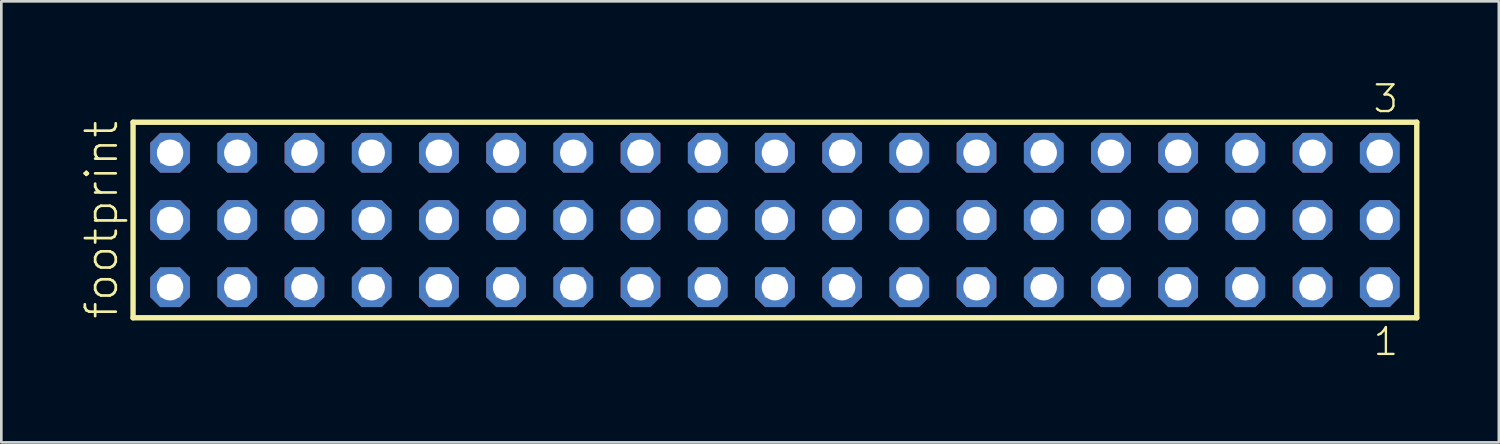
<source format=kicad_pcb>
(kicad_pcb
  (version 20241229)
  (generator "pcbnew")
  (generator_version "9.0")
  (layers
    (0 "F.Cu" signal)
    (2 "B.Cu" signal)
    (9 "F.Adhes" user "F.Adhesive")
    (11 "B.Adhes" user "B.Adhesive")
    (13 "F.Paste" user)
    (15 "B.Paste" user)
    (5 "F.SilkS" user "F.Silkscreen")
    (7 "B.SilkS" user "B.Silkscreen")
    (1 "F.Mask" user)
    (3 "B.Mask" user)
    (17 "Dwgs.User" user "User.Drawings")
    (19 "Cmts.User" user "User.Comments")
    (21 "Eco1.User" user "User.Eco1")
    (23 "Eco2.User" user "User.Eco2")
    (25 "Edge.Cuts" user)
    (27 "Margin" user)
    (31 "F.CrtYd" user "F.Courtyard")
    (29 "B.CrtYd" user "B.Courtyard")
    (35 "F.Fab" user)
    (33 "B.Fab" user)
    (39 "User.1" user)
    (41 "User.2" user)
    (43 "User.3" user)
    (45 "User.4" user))
  (footprint "footprint"
    (layer "F.Cu")
    (at 26.238 5.265)
    (property "Reference" "footprint" (at -24.765 3.81 90) (layer "F.SilkS") (effects (font (size 1.168 1.168) (thickness 0.102)) (justify left bottom)))
    (fp_line (start -24.259 -3.695) (end 24.259 -3.695) (stroke (width 0.203) (type solid)) (layer "F.SilkS"))
    (fp_line (start -24.259 3.695) (end -24.259 -3.695) (stroke (width 0.203) (type solid)) (layer "F.SilkS"))
    (fp_line (start 24.259 -3.695) (end 24.259 3.695) (stroke (width 0.203) (type solid)) (layer "F.SilkS"))
    (fp_line (start 24.259 3.695) (end -24.259 3.695) (stroke (width 0.203) (type solid)) (layer "F.SilkS"))
    (fp_poly (pts (xy -23.21 -2.19) (xy -22.51 -2.19) (xy -22.51 -2.89) (xy -23.21 -2.89)) (stroke (width 0.1) (type solid)) (fill no) (layer "F.Fab"))
    (fp_poly (pts (xy -23.21 0.35) (xy -22.51 0.35) (xy -22.51 -0.35) (xy -23.21 -0.35)) (stroke (width 0.1) (type solid)) (fill no) (layer "F.Fab"))
    (fp_poly (pts (xy -23.21 2.89) (xy -22.51 2.89) (xy -22.51 2.19) (xy -23.21 2.19)) (stroke (width 0.1) (type solid)) (fill no) (layer "F.Fab"))
    (fp_poly (pts (xy -20.67 -2.19) (xy -19.97 -2.19) (xy -19.97 -2.89) (xy -20.67 -2.89)) (stroke (width 0.1) (type solid)) (fill no) (layer "F.Fab"))
    (fp_poly (pts (xy -20.67 0.35) (xy -19.97 0.35) (xy -19.97 -0.35) (xy -20.67 -0.35)) (stroke (width 0.1) (type solid)) (fill no) (layer "F.Fab"))
    (fp_poly (pts (xy -20.67 2.89) (xy -19.97 2.89) (xy -19.97 2.19) (xy -20.67 2.19)) (stroke (width 0.1) (type solid)) (fill no) (layer "F.Fab"))
    (fp_poly (pts (xy -18.13 -2.19) (xy -17.43 -2.19) (xy -17.43 -2.89) (xy -18.13 -2.89)) (stroke (width 0.1) (type solid)) (fill no) (layer "F.Fab"))
    (fp_poly (pts (xy -18.13 0.35) (xy -17.43 0.35) (xy -17.43 -0.35) (xy -18.13 -0.35)) (stroke (width 0.1) (type solid)) (fill no) (layer "F.Fab"))
    (fp_poly (pts (xy -18.13 2.89) (xy -17.43 2.89) (xy -17.43 2.19) (xy -18.13 2.19)) (stroke (width 0.1) (type solid)) (fill no) (layer "F.Fab"))
    (fp_poly (pts (xy -15.59 -2.19) (xy -14.89 -2.19) (xy -14.89 -2.89) (xy -15.59 -2.89)) (stroke (width 0.1) (type solid)) (fill no) (layer "F.Fab"))
    (fp_poly (pts (xy -15.59 0.35) (xy -14.89 0.35) (xy -14.89 -0.35) (xy -15.59 -0.35)) (stroke (width 0.1) (type solid)) (fill no) (layer "F.Fab"))
    (fp_poly (pts (xy -15.59 2.89) (xy -14.89 2.89) (xy -14.89 2.19) (xy -15.59 2.19)) (stroke (width 0.1) (type solid)) (fill no) (layer "F.Fab"))
    (fp_poly (pts (xy -13.05 -2.19) (xy -12.35 -2.19) (xy -12.35 -2.89) (xy -13.05 -2.89)) (stroke (width 0.1) (type solid)) (fill no) (layer "F.Fab"))
    (fp_poly (pts (xy -13.05 0.35) (xy -12.35 0.35) (xy -12.35 -0.35) (xy -13.05 -0.35)) (stroke (width 0.1) (type solid)) (fill no) (layer "F.Fab"))
    (fp_poly (pts (xy -13.05 2.89) (xy -12.35 2.89) (xy -12.35 2.19) (xy -13.05 2.19)) (stroke (width 0.1) (type solid)) (fill no) (layer "F.Fab"))
    (fp_poly (pts (xy -10.51 -2.19) (xy -9.81 -2.19) (xy -9.81 -2.89) (xy -10.51 -2.89)) (stroke (width 0.1) (type solid)) (fill no) (layer "F.Fab"))
    (fp_poly (pts (xy -10.51 0.35) (xy -9.81 0.35) (xy -9.81 -0.35) (xy -10.51 -0.35)) (stroke (width 0.1) (type solid)) (fill no) (layer "F.Fab"))
    (fp_poly (pts (xy -10.51 2.89) (xy -9.81 2.89) (xy -9.81 2.19) (xy -10.51 2.19)) (stroke (width 0.1) (type solid)) (fill no) (layer "F.Fab"))
    (fp_poly (pts (xy -7.97 -2.19) (xy -7.27 -2.19) (xy -7.27 -2.89) (xy -7.97 -2.89)) (stroke (width 0.1) (type solid)) (fill no) (layer "F.Fab"))
    (fp_poly (pts (xy -7.97 0.35) (xy -7.27 0.35) (xy -7.27 -0.35) (xy -7.97 -0.35)) (stroke (width 0.1) (type solid)) (fill no) (layer "F.Fab"))
    (fp_poly (pts (xy -7.97 2.89) (xy -7.27 2.89) (xy -7.27 2.19) (xy -7.97 2.19)) (stroke (width 0.1) (type solid)) (fill no) (layer "F.Fab"))
    (fp_poly (pts (xy -5.43 -2.19) (xy -4.73 -2.19) (xy -4.73 -2.89) (xy -5.43 -2.89)) (stroke (width 0.1) (type solid)) (fill no) (layer "F.Fab"))
    (fp_poly (pts (xy -5.43 0.35) (xy -4.73 0.35) (xy -4.73 -0.35) (xy -5.43 -0.35)) (stroke (width 0.1) (type solid)) (fill no) (layer "F.Fab"))
    (fp_poly (pts (xy -5.43 2.89) (xy -4.73 2.89) (xy -4.73 2.19) (xy -5.43 2.19)) (stroke (width 0.1) (type solid)) (fill no) (layer "F.Fab"))
    (fp_poly (pts (xy -2.89 -2.19) (xy -2.19 -2.19) (xy -2.19 -2.89) (xy -2.89 -2.89)) (stroke (width 0.1) (type solid)) (fill no) (layer "F.Fab"))
    (fp_poly (pts (xy -2.89 0.35) (xy -2.19 0.35) (xy -2.19 -0.35) (xy -2.89 -0.35)) (stroke (width 0.1) (type solid)) (fill no) (layer "F.Fab"))
    (fp_poly (pts (xy -2.89 2.89) (xy -2.19 2.89) (xy -2.19 2.19) (xy -2.89 2.19)) (stroke (width 0.1) (type solid)) (fill no) (layer "F.Fab"))
    (fp_poly (pts (xy -0.35 -2.19) (xy 0.35 -2.19) (xy 0.35 -2.89) (xy -0.35 -2.89)) (stroke (width 0.1) (type solid)) (fill no) (layer "F.Fab"))
    (fp_poly (pts (xy -0.35 0.35) (xy 0.35 0.35) (xy 0.35 -0.35) (xy -0.35 -0.35)) (stroke (width 0.1) (type solid)) (fill no) (layer "F.Fab"))
    (fp_poly (pts (xy -0.35 2.89) (xy 0.35 2.89) (xy 0.35 2.19) (xy -0.35 2.19)) (stroke (width 0.1) (type solid)) (fill no) (layer "F.Fab"))
    (fp_poly (pts (xy 2.19 -2.19) (xy 2.89 -2.19) (xy 2.89 -2.89) (xy 2.19 -2.89)) (stroke (width 0.1) (type solid)) (fill no) (layer "F.Fab"))
    (fp_poly (pts (xy 2.19 0.35) (xy 2.89 0.35) (xy 2.89 -0.35) (xy 2.19 -0.35)) (stroke (width 0.1) (type solid)) (fill no) (layer "F.Fab"))
    (fp_poly (pts (xy 2.19 2.89) (xy 2.89 2.89) (xy 2.89 2.19) (xy 2.19 2.19)) (stroke (width 0.1) (type solid)) (fill no) (layer "F.Fab"))
    (fp_poly (pts (xy 4.73 -2.19) (xy 5.43 -2.19) (xy 5.43 -2.89) (xy 4.73 -2.89)) (stroke (width 0.1) (type solid)) (fill no) (layer "F.Fab"))
    (fp_poly (pts (xy 4.73 0.35) (xy 5.43 0.35) (xy 5.43 -0.35) (xy 4.73 -0.35)) (stroke (width 0.1) (type solid)) (fill no) (layer "F.Fab"))
    (fp_poly (pts (xy 4.73 2.89) (xy 5.43 2.89) (xy 5.43 2.19) (xy 4.73 2.19)) (stroke (width 0.1) (type solid)) (fill no) (layer "F.Fab"))
    (fp_poly (pts (xy 7.27 -2.19) (xy 7.97 -2.19) (xy 7.97 -2.89) (xy 7.27 -2.89)) (stroke (width 0.1) (type solid)) (fill no) (layer "F.Fab"))
    (fp_poly (pts (xy 7.27 0.35) (xy 7.97 0.35) (xy 7.97 -0.35) (xy 7.27 -0.35)) (stroke (width 0.1) (type solid)) (fill no) (layer "F.Fab"))
    (fp_poly (pts (xy 7.27 2.89) (xy 7.97 2.89) (xy 7.97 2.19) (xy 7.27 2.19)) (stroke (width 0.1) (type solid)) (fill no) (layer "F.Fab"))
    (fp_poly (pts (xy 9.81 -2.19) (xy 10.51 -2.19) (xy 10.51 -2.89) (xy 9.81 -2.89)) (stroke (width 0.1) (type solid)) (fill no) (layer "F.Fab"))
    (fp_poly (pts (xy 9.81 0.35) (xy 10.51 0.35) (xy 10.51 -0.35) (xy 9.81 -0.35)) (stroke (width 0.1) (type solid)) (fill no) (layer "F.Fab"))
    (fp_poly (pts (xy 9.81 2.89) (xy 10.51 2.89) (xy 10.51 2.19) (xy 9.81 2.19)) (stroke (width 0.1) (type solid)) (fill no) (layer "F.Fab"))
    (fp_poly (pts (xy 12.35 -2.19) (xy 13.05 -2.19) (xy 13.05 -2.89) (xy 12.35 -2.89)) (stroke (width 0.1) (type solid)) (fill no) (layer "F.Fab"))
    (fp_poly (pts (xy 12.35 0.35) (xy 13.05 0.35) (xy 13.05 -0.35) (xy 12.35 -0.35)) (stroke (width 0.1) (type solid)) (fill no) (layer "F.Fab"))
    (fp_poly (pts (xy 12.35 2.89) (xy 13.05 2.89) (xy 13.05 2.19) (xy 12.35 2.19)) (stroke (width 0.1) (type solid)) (fill no) (layer "F.Fab"))
    (fp_poly (pts (xy 14.89 -2.19) (xy 15.59 -2.19) (xy 15.59 -2.89) (xy 14.89 -2.89)) (stroke (width 0.1) (type solid)) (fill no) (layer "F.Fab"))
    (fp_poly (pts (xy 14.89 0.35) (xy 15.59 0.35) (xy 15.59 -0.35) (xy 14.89 -0.35)) (stroke (width 0.1) (type solid)) (fill no) (layer "F.Fab"))
    (fp_poly (pts (xy 14.89 2.89) (xy 15.59 2.89) (xy 15.59 2.19) (xy 14.89 2.19)) (stroke (width 0.1) (type solid)) (fill no) (layer "F.Fab"))
    (fp_poly (pts (xy 17.43 -2.19) (xy 18.13 -2.19) (xy 18.13 -2.89) (xy 17.43 -2.89)) (stroke (width 0.1) (type solid)) (fill no) (layer "F.Fab"))
    (fp_poly (pts (xy 17.43 0.35) (xy 18.13 0.35) (xy 18.13 -0.35) (xy 17.43 -0.35)) (stroke (width 0.1) (type solid)) (fill no) (layer "F.Fab"))
    (fp_poly (pts (xy 17.43 2.89) (xy 18.13 2.89) (xy 18.13 2.19) (xy 17.43 2.19)) (stroke (width 0.1) (type solid)) (fill no) (layer "F.Fab"))
    (fp_poly (pts (xy 19.97 -2.19) (xy 20.67 -2.19) (xy 20.67 -2.89) (xy 19.97 -2.89)) (stroke (width 0.1) (type solid)) (fill no) (layer "F.Fab"))
    (fp_poly (pts (xy 19.97 0.35) (xy 20.67 0.35) (xy 20.67 -0.35) (xy 19.97 -0.35)) (stroke (width 0.1) (type solid)) (fill no) (layer "F.Fab"))
    (fp_poly (pts (xy 19.97 2.89) (xy 20.67 2.89) (xy 20.67 2.19) (xy 19.97 2.19)) (stroke (width 0.1) (type solid)) (fill no) (layer "F.Fab"))
    (fp_poly (pts (xy 22.51 -2.19) (xy 23.21 -2.19) (xy 23.21 -2.89) (xy 22.51 -2.89)) (stroke (width 0.1) (type solid)) (fill no) (layer "F.Fab"))
    (fp_poly (pts (xy 22.51 0.35) (xy 23.21 0.35) (xy 23.21 -0.35) (xy 22.51 -0.35)) (stroke (width 0.1) (type solid)) (fill no) (layer "F.Fab"))
    (fp_poly (pts (xy 22.51 2.89) (xy 23.21 2.89) (xy 23.21 2.19) (xy 22.51 2.19)) (stroke (width 0.1) (type solid)) (fill no) (layer "F.Fab"))
    (fp_text user "3" (at 22.548 -3.989 0) (layer "F.SilkS") (effects (font (size 1.012 1.012) (thickness 0.088)) (justify left bottom)))
    (fp_text user "1" (at 22.552 5.188 0) (layer "F.SilkS") (effects (font (size 1.012 1.012) (thickness 0.088)) (justify left bottom)))
    (pad "1" thru_hole roundrect (at 22.86 2.54 180) (size 1.5 1.5) (drill 1) (layers "*.Cu" "*.Mask") (roundrect_rratio 0.25) (chamfer_ratio 0.25) (chamfer top_left top_right bottom_left bottom_right))
    (pad "2" thru_hole roundrect (at 22.86 0 180) (size 1.5 1.5) (drill 1) (layers "*.Cu" "*.Mask") (roundrect_rratio 0.25) (chamfer_ratio 0.25) (chamfer top_left top_right bottom_left bottom_right))
    (pad "3" thru_hole roundrect (at 22.86 -2.54 180) (size 1.5 1.5) (drill 1) (layers "*.Cu" "*.Mask") (roundrect_rratio 0.25) (chamfer_ratio 0.25) (chamfer top_left top_right bottom_left bottom_right))
    (pad "4" thru_hole roundrect (at 20.32 2.54 180) (size 1.5 1.5) (drill 1) (layers "*.Cu" "*.Mask") (roundrect_rratio 0.25) (chamfer_ratio 0.25) (chamfer top_left top_right bottom_left bottom_right))
    (pad "5" thru_hole roundrect (at 20.32 0 180) (size 1.5 1.5) (drill 1) (layers "*.Cu" "*.Mask") (roundrect_rratio 0.25) (chamfer_ratio 0.25) (chamfer top_left top_right bottom_left bottom_right))
    (pad "6" thru_hole roundrect (at 20.32 -2.54 180) (size 1.5 1.5) (drill 1) (layers "*.Cu" "*.Mask") (roundrect_rratio 0.25) (chamfer_ratio 0.25) (chamfer top_left top_right bottom_left bottom_right))
    (pad "7" thru_hole roundrect (at 17.78 2.54 180) (size 1.5 1.5) (drill 1) (layers "*.Cu" "*.Mask") (roundrect_rratio 0.25) (chamfer_ratio 0.25) (chamfer top_left top_right bottom_left bottom_right))
    (pad "8" thru_hole roundrect (at 17.78 0 180) (size 1.5 1.5) (drill 1) (layers "*.Cu" "*.Mask") (roundrect_rratio 0.25) (chamfer_ratio 0.25) (chamfer top_left top_right bottom_left bottom_right))
    (pad "9" thru_hole roundrect (at 17.78 -2.54 180) (size 1.5 1.5) (drill 1) (layers "*.Cu" "*.Mask") (roundrect_rratio 0.25) (chamfer_ratio 0.25) (chamfer top_left top_right bottom_left bottom_right))
    (pad "10" thru_hole roundrect (at 15.24 2.54 180) (size 1.5 1.5) (drill 1) (layers "*.Cu" "*.Mask") (roundrect_rratio 0.25) (chamfer_ratio 0.25) (chamfer top_left top_right bottom_left bottom_right))
    (pad "11" thru_hole roundrect (at 15.24 0 180) (size 1.5 1.5) (drill 1) (layers "*.Cu" "*.Mask") (roundrect_rratio 0.25) (chamfer_ratio 0.25) (chamfer top_left top_right bottom_left bottom_right))
    (pad "12" thru_hole roundrect (at 15.24 -2.54 180) (size 1.5 1.5) (drill 1) (layers "*.Cu" "*.Mask") (roundrect_rratio 0.25) (chamfer_ratio 0.25) (chamfer top_left top_right bottom_left bottom_right))
    (pad "13" thru_hole roundrect (at 12.7 2.54 180) (size 1.5 1.5) (drill 1) (layers "*.Cu" "*.Mask") (roundrect_rratio 0.25) (chamfer_ratio 0.25) (chamfer top_left top_right bottom_left bottom_right))
    (pad "14" thru_hole roundrect (at 12.7 0 180) (size 1.5 1.5) (drill 1) (layers "*.Cu" "*.Mask") (roundrect_rratio 0.25) (chamfer_ratio 0.25) (chamfer top_left top_right bottom_left bottom_right))
    (pad "15" thru_hole roundrect (at 12.7 -2.54 180) (size 1.5 1.5) (drill 1) (layers "*.Cu" "*.Mask") (roundrect_rratio 0.25) (chamfer_ratio 0.25) (chamfer top_left top_right bottom_left bottom_right))
    (pad "16" thru_hole roundrect (at 10.16 2.54 180) (size 1.5 1.5) (drill 1) (layers "*.Cu" "*.Mask") (roundrect_rratio 0.25) (chamfer_ratio 0.25) (chamfer top_left top_right bottom_left bottom_right))
    (pad "17" thru_hole roundrect (at 10.16 0 180) (size 1.5 1.5) (drill 1) (layers "*.Cu" "*.Mask") (roundrect_rratio 0.25) (chamfer_ratio 0.25) (chamfer top_left top_right bottom_left bottom_right))
    (pad "18" thru_hole roundrect (at 10.16 -2.54 180) (size 1.5 1.5) (drill 1) (layers "*.Cu" "*.Mask") (roundrect_rratio 0.25) (chamfer_ratio 0.25) (chamfer top_left top_right bottom_left bottom_right))
    (pad "19" thru_hole roundrect (at 7.62 2.54 180) (size 1.5 1.5) (drill 1) (layers "*.Cu" "*.Mask") (roundrect_rratio 0.25) (chamfer_ratio 0.25) (chamfer top_left top_right bottom_left bottom_right))
    (pad "20" thru_hole roundrect (at 7.62 0 180) (size 1.5 1.5) (drill 1) (layers "*.Cu" "*.Mask") (roundrect_rratio 0.25) (chamfer_ratio 0.25) (chamfer top_left top_right bottom_left bottom_right))
    (pad "21" thru_hole roundrect (at 7.62 -2.54 180) (size 1.5 1.5) (drill 1) (layers "*.Cu" "*.Mask") (roundrect_rratio 0.25) (chamfer_ratio 0.25) (chamfer top_left top_right bottom_left bottom_right))
    (pad "22" thru_hole roundrect (at 5.08 2.54 180) (size 1.5 1.5) (drill 1) (layers "*.Cu" "*.Mask") (roundrect_rratio 0.25) (chamfer_ratio 0.25) (chamfer top_left top_right bottom_left bottom_right))
    (pad "23" thru_hole roundrect (at 5.08 0 180) (size 1.5 1.5) (drill 1) (layers "*.Cu" "*.Mask") (roundrect_rratio 0.25) (chamfer_ratio 0.25) (chamfer top_left top_right bottom_left bottom_right))
    (pad "24" thru_hole roundrect (at 5.08 -2.54 180) (size 1.5 1.5) (drill 1) (layers "*.Cu" "*.Mask") (roundrect_rratio 0.25) (chamfer_ratio 0.25) (chamfer top_left top_right bottom_left bottom_right))
    (pad "25" thru_hole roundrect (at 2.54 2.54 180) (size 1.5 1.5) (drill 1) (layers "*.Cu" "*.Mask") (roundrect_rratio 0.25) (chamfer_ratio 0.25) (chamfer top_left top_right bottom_left bottom_right))
    (pad "26" thru_hole roundrect (at 2.54 0 180) (size 1.5 1.5) (drill 1) (layers "*.Cu" "*.Mask") (roundrect_rratio 0.25) (chamfer_ratio 0.25) (chamfer top_left top_right bottom_left bottom_right))
    (pad "27" thru_hole roundrect (at 2.54 -2.54 180) (size 1.5 1.5) (drill 1) (layers "*.Cu" "*.Mask") (roundrect_rratio 0.25) (chamfer_ratio 0.25) (chamfer top_left top_right bottom_left bottom_right))
    (pad "28" thru_hole roundrect (at 0 2.54 180) (size 1.5 1.5) (drill 1) (layers "*.Cu" "*.Mask") (roundrect_rratio 0.25) (chamfer_ratio 0.25) (chamfer top_left top_right bottom_left bottom_right))
    (pad "29" thru_hole roundrect (at 0 0 180) (size 1.5 1.5) (drill 1) (layers "*.Cu" "*.Mask") (roundrect_rratio 0.25) (chamfer_ratio 0.25) (chamfer top_left top_right bottom_left bottom_right))
    (pad "30" thru_hole roundrect (at 0 -2.54 180) (size 1.5 1.5) (drill 1) (layers "*.Cu" "*.Mask") (roundrect_rratio 0.25) (chamfer_ratio 0.25) (chamfer top_left top_right bottom_left bottom_right))
    (pad "31" thru_hole roundrect (at -2.54 2.54 180) (size 1.5 1.5) (drill 1) (layers "*.Cu" "*.Mask") (roundrect_rratio 0.25) (chamfer_ratio 0.25) (chamfer top_left top_right bottom_left bottom_right))
    (pad "32" thru_hole roundrect (at -2.54 0 180) (size 1.5 1.5) (drill 1) (layers "*.Cu" "*.Mask") (roundrect_rratio 0.25) (chamfer_ratio 0.25) (chamfer top_left top_right bottom_left bottom_right))
    (pad "33" thru_hole roundrect (at -2.54 -2.54 180) (size 1.5 1.5) (drill 1) (layers "*.Cu" "*.Mask") (roundrect_rratio 0.25) (chamfer_ratio 0.25) (chamfer top_left top_right bottom_left bottom_right))
    (pad "34" thru_hole roundrect (at -5.08 2.54 180) (size 1.5 1.5) (drill 1) (layers "*.Cu" "*.Mask") (roundrect_rratio 0.25) (chamfer_ratio 0.25) (chamfer top_left top_right bottom_left bottom_right))
    (pad "35" thru_hole roundrect (at -5.08 0 180) (size 1.5 1.5) (drill 1) (layers "*.Cu" "*.Mask") (roundrect_rratio 0.25) (chamfer_ratio 0.25) (chamfer top_left top_right bottom_left bottom_right))
    (pad "36" thru_hole roundrect (at -5.08 -2.54 180) (size 1.5 1.5) (drill 1) (layers "*.Cu" "*.Mask") (roundrect_rratio 0.25) (chamfer_ratio 0.25) (chamfer top_left top_right bottom_left bottom_right))
    (pad "37" thru_hole roundrect (at -7.62 2.54 180) (size 1.5 1.5) (drill 1) (layers "*.Cu" "*.Mask") (roundrect_rratio 0.25) (chamfer_ratio 0.25) (chamfer top_left top_right bottom_left bottom_right))
    (pad "38" thru_hole roundrect (at -7.62 0 180) (size 1.5 1.5) (drill 1) (layers "*.Cu" "*.Mask") (roundrect_rratio 0.25) (chamfer_ratio 0.25) (chamfer top_left top_right bottom_left bottom_right))
    (pad "39" thru_hole roundrect (at -7.62 -2.54 180) (size 1.5 1.5) (drill 1) (layers "*.Cu" "*.Mask") (roundrect_rratio 0.25) (chamfer_ratio 0.25) (chamfer top_left top_right bottom_left bottom_right))
    (pad "40" thru_hole roundrect (at -10.16 2.54 180) (size 1.5 1.5) (drill 1) (layers "*.Cu" "*.Mask") (roundrect_rratio 0.25) (chamfer_ratio 0.25) (chamfer top_left top_right bottom_left bottom_right))
    (pad "41" thru_hole roundrect (at -10.16 0 180) (size 1.5 1.5) (drill 1) (layers "*.Cu" "*.Mask") (roundrect_rratio 0.25) (chamfer_ratio 0.25) (chamfer top_left top_right bottom_left bottom_right))
    (pad "42" thru_hole roundrect (at -10.16 -2.54 180) (size 1.5 1.5) (drill 1) (layers "*.Cu" "*.Mask") (roundrect_rratio 0.25) (chamfer_ratio 0.25) (chamfer top_left top_right bottom_left bottom_right))
    (pad "43" thru_hole roundrect (at -12.7 2.54 180) (size 1.5 1.5) (drill 1) (layers "*.Cu" "*.Mask") (roundrect_rratio 0.25) (chamfer_ratio 0.25) (chamfer top_left top_right bottom_left bottom_right))
    (pad "44" thru_hole roundrect (at -12.7 0 180) (size 1.5 1.5) (drill 1) (layers "*.Cu" "*.Mask") (roundrect_rratio 0.25) (chamfer_ratio 0.25) (chamfer top_left top_right bottom_left bottom_right))
    (pad "45" thru_hole roundrect (at -12.7 -2.54 180) (size 1.5 1.5) (drill 1) (layers "*.Cu" "*.Mask") (roundrect_rratio 0.25) (chamfer_ratio 0.25) (chamfer top_left top_right bottom_left bottom_right))
    (pad "46" thru_hole roundrect (at -15.24 2.54 180) (size 1.5 1.5) (drill 1) (layers "*.Cu" "*.Mask") (roundrect_rratio 0.25) (chamfer_ratio 0.25) (chamfer top_left top_right bottom_left bottom_right))
    (pad "47" thru_hole roundrect (at -15.24 0 180) (size 1.5 1.5) (drill 1) (layers "*.Cu" "*.Mask") (roundrect_rratio 0.25) (chamfer_ratio 0.25) (chamfer top_left top_right bottom_left bottom_right))
    (pad "48" thru_hole roundrect (at -15.24 -2.54 180) (size 1.5 1.5) (drill 1) (layers "*.Cu" "*.Mask") (roundrect_rratio 0.25) (chamfer_ratio 0.25) (chamfer top_left top_right bottom_left bottom_right))
    (pad "49" thru_hole roundrect (at -17.78 2.54 180) (size 1.5 1.5) (drill 1) (layers "*.Cu" "*.Mask") (roundrect_rratio 0.25) (chamfer_ratio 0.25) (chamfer top_left top_right bottom_left bottom_right))
    (pad "50" thru_hole roundrect (at -17.78 0 180) (size 1.5 1.5) (drill 1) (layers "*.Cu" "*.Mask") (roundrect_rratio 0.25) (chamfer_ratio 0.25) (chamfer top_left top_right bottom_left bottom_right))
    (pad "51" thru_hole roundrect (at -17.78 -2.54 180) (size 1.5 1.5) (drill 1) (layers "*.Cu" "*.Mask") (roundrect_rratio 0.25) (chamfer_ratio 0.25) (chamfer top_left top_right bottom_left bottom_right))
    (pad "52" thru_hole roundrect (at -20.32 2.54 180) (size 1.5 1.5) (drill 1) (layers "*.Cu" "*.Mask") (roundrect_rratio 0.25) (chamfer_ratio 0.25) (chamfer top_left top_right bottom_left bottom_right))
    (pad "53" thru_hole roundrect (at -20.32 0 180) (size 1.5 1.5) (drill 1) (layers "*.Cu" "*.Mask") (roundrect_rratio 0.25) (chamfer_ratio 0.25) (chamfer top_left top_right bottom_left bottom_right))
    (pad "54" thru_hole roundrect (at -20.32 -2.54 180) (size 1.5 1.5) (drill 1) (layers "*.Cu" "*.Mask") (roundrect_rratio 0.25) (chamfer_ratio 0.25) (chamfer top_left top_right bottom_left bottom_right))
    (pad "55" thru_hole roundrect (at -22.86 2.54 180) (size 1.5 1.5) (drill 1) (layers "*.Cu" "*.Mask") (roundrect_rratio 0.25) (chamfer_ratio 0.25) (chamfer top_left top_right bottom_left bottom_right))
    (pad "56" thru_hole roundrect (at -22.86 0 180) (size 1.5 1.5) (drill 1) (layers "*.Cu" "*.Mask") (roundrect_rratio 0.25) (chamfer_ratio 0.25) (chamfer top_left top_right bottom_left bottom_right))
    (pad "57" thru_hole roundrect (at -22.86 -2.54 180) (size 1.5 1.5) (drill 1) (layers "*.Cu" "*.Mask") (roundrect_rratio 0.25) (chamfer_ratio 0.25) (chamfer top_left top_right bottom_left bottom_right)))
  (gr_rect
    (start -3 -3)
    (end 53.599 13.67)
    (stroke (width 0.1) (type default))
    (fill no)
    (layer "Edge.Cuts")))
</source>
